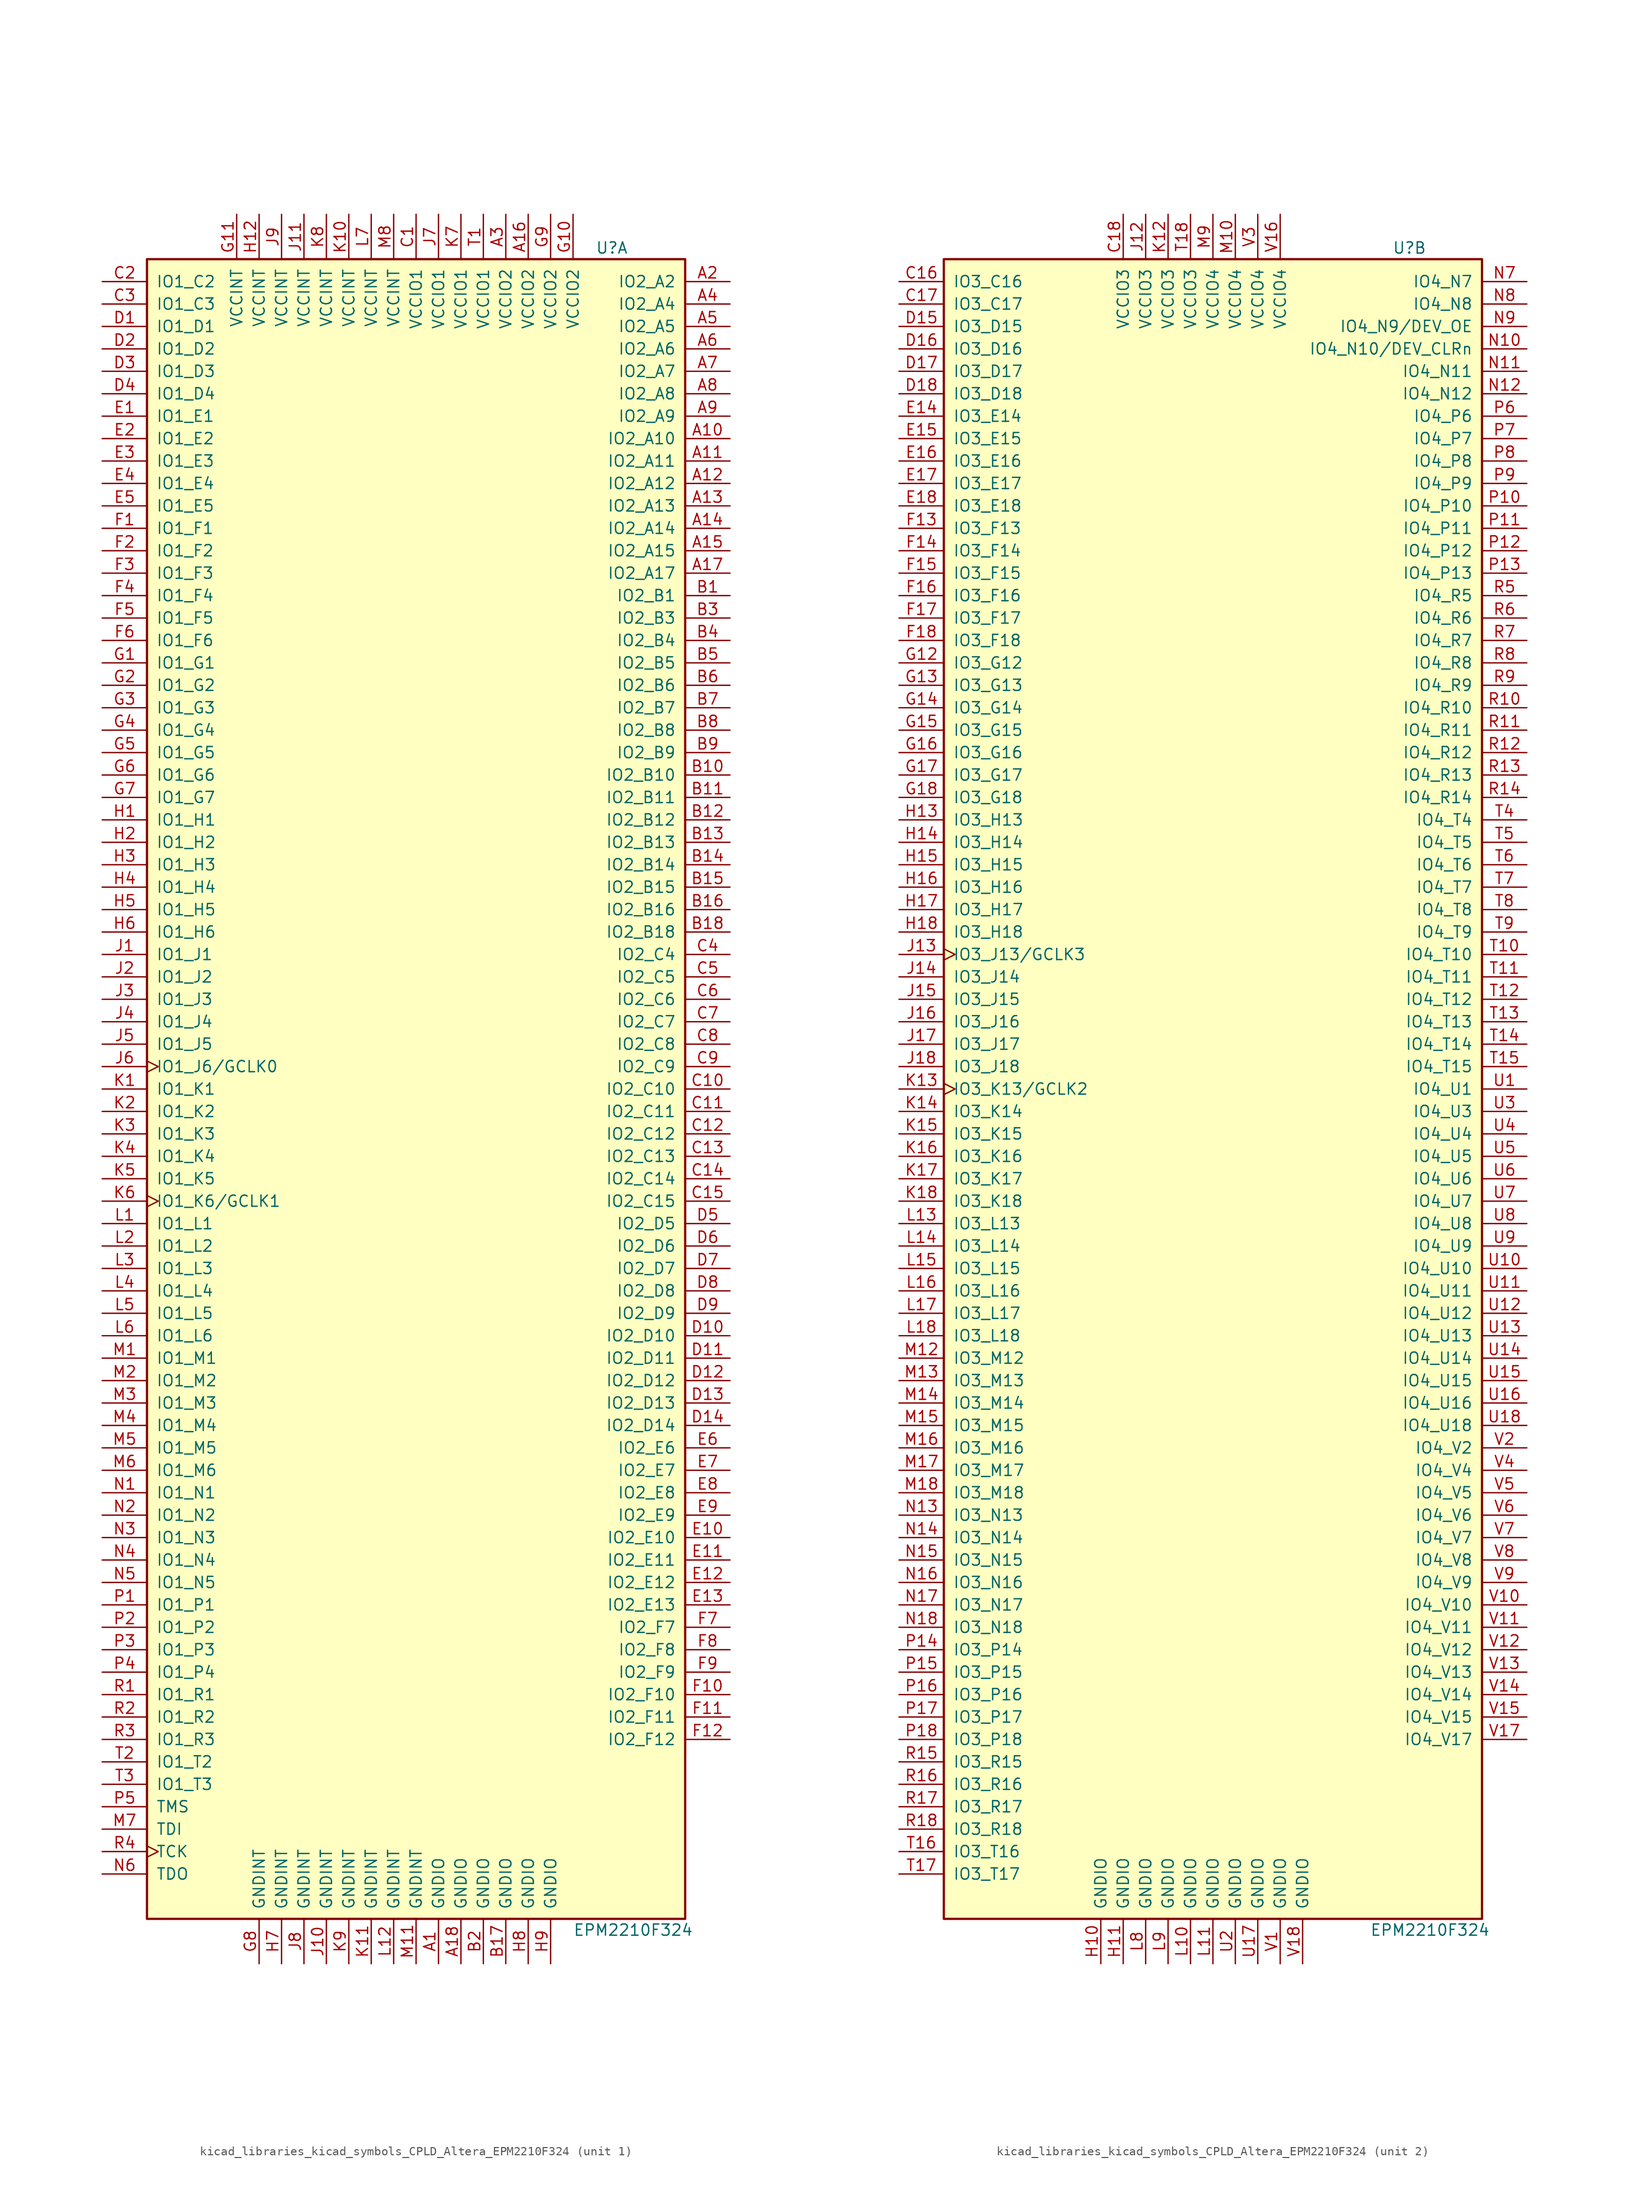
<source format=kicad_sym>
(kicad_symbol_lib
  (version 20220914)
  (generator kicad_symbol_editor)
  (symbol "kicad_libraries_kicad_symbols_CPLD_Altera_EPM2210F324"
    (pin_names
      (offset 1.016))
    (property "Reference" "U"
      (at 20.32 95.25 0)
      (effects (font (size 1.27 1.27)) (justify left)))
    (property "Value" "EPM2210F324"
      (at 17.78 -95.25 0)
      (effects (font (size 1.27 1.27)) (justify left)))
    (property "ki_locked" ""
      (at 0 0 0)
      (effects (font (size 1.27 1.27))))
    (symbol "kicad_libraries_kicad_symbols_CPLD_Altera_EPM2210F324_1_1"
      (rectangle (start -30.48 93.98) (end 30.48 -93.98) (stroke (width 0.254) (type default)) (fill (type background)))
      (pin power_in line (at 2.54 -99.06 90) (length 5.08) (name "GNDIO" (effects (font (size 1.27 1.27)))) (number "A1" (effects (font (size 1.27 1.27)))))
      (pin bidirectional line (at 35.56 73.66 180) (length 5.08) (name "IO2_A10" (effects (font (size 1.27 1.27)))) (number "A10" (effects (font (size 1.27 1.27)))))
      (pin bidirectional line (at 35.56 71.12 180) (length 5.08) (name "IO2_A11" (effects (font (size 1.27 1.27)))) (number "A11" (effects (font (size 1.27 1.27)))))
      (pin bidirectional line (at 35.56 68.58 180) (length 5.08) (name "IO2_A12" (effects (font (size 1.27 1.27)))) (number "A12" (effects (font (size 1.27 1.27)))))
      (pin bidirectional line (at 35.56 66.04 180) (length 5.08) (name "IO2_A13" (effects (font (size 1.27 1.27)))) (number "A13" (effects (font (size 1.27 1.27)))))
      (pin bidirectional line (at 35.56 63.5 180) (length 5.08) (name "IO2_A14" (effects (font (size 1.27 1.27)))) (number "A14" (effects (font (size 1.27 1.27)))))
      (pin bidirectional line (at 35.56 60.96 180) (length 5.08) (name "IO2_A15" (effects (font (size 1.27 1.27)))) (number "A15" (effects (font (size 1.27 1.27)))))
      (pin power_in line (at 12.7 99.06 270) (length 5.08) (name "VCCIO2" (effects (font (size 1.27 1.27)))) (number "A16" (effects (font (size 1.27 1.27)))))
      (pin bidirectional line (at 35.56 58.42 180) (length 5.08) (name "IO2_A17" (effects (font (size 1.27 1.27)))) (number "A17" (effects (font (size 1.27 1.27)))))
      (pin power_in line (at 5.08 -99.06 90) (length 5.08) (name "GNDIO" (effects (font (size 1.27 1.27)))) (number "A18" (effects (font (size 1.27 1.27)))))
      (pin bidirectional line (at 35.56 91.44 180) (length 5.08) (name "IO2_A2" (effects (font (size 1.27 1.27)))) (number "A2" (effects (font (size 1.27 1.27)))))
      (pin power_in line (at 10.16 99.06 270) (length 5.08) (name "VCCIO2" (effects (font (size 1.27 1.27)))) (number "A3" (effects (font (size 1.27 1.27)))))
      (pin bidirectional line (at 35.56 88.9 180) (length 5.08) (name "IO2_A4" (effects (font (size 1.27 1.27)))) (number "A4" (effects (font (size 1.27 1.27)))))
      (pin bidirectional line (at 35.56 86.36 180) (length 5.08) (name "IO2_A5" (effects (font (size 1.27 1.27)))) (number "A5" (effects (font (size 1.27 1.27)))))
      (pin bidirectional line (at 35.56 83.82 180) (length 5.08) (name "IO2_A6" (effects (font (size 1.27 1.27)))) (number "A6" (effects (font (size 1.27 1.27)))))
      (pin bidirectional line (at 35.56 81.28 180) (length 5.08) (name "IO2_A7" (effects (font (size 1.27 1.27)))) (number "A7" (effects (font (size 1.27 1.27)))))
      (pin bidirectional line (at 35.56 78.74 180) (length 5.08) (name "IO2_A8" (effects (font (size 1.27 1.27)))) (number "A8" (effects (font (size 1.27 1.27)))))
      (pin bidirectional line (at 35.56 76.2 180) (length 5.08) (name "IO2_A9" (effects (font (size 1.27 1.27)))) (number "A9" (effects (font (size 1.27 1.27)))))
      (pin bidirectional line (at 35.56 55.88 180) (length 5.08) (name "IO2_B1" (effects (font (size 1.27 1.27)))) (number "B1" (effects (font (size 1.27 1.27)))))
      (pin bidirectional line (at 35.56 35.56 180) (length 5.08) (name "IO2_B10" (effects (font (size 1.27 1.27)))) (number "B10" (effects (font (size 1.27 1.27)))))
      (pin bidirectional line (at 35.56 33.02 180) (length 5.08) (name "IO2_B11" (effects (font (size 1.27 1.27)))) (number "B11" (effects (font (size 1.27 1.27)))))
      (pin bidirectional line (at 35.56 30.48 180) (length 5.08) (name "IO2_B12" (effects (font (size 1.27 1.27)))) (number "B12" (effects (font (size 1.27 1.27)))))
      (pin bidirectional line (at 35.56 27.94 180) (length 5.08) (name "IO2_B13" (effects (font (size 1.27 1.27)))) (number "B13" (effects (font (size 1.27 1.27)))))
      (pin bidirectional line (at 35.56 25.4 180) (length 5.08) (name "IO2_B14" (effects (font (size 1.27 1.27)))) (number "B14" (effects (font (size 1.27 1.27)))))
      (pin bidirectional line (at 35.56 22.86 180) (length 5.08) (name "IO2_B15" (effects (font (size 1.27 1.27)))) (number "B15" (effects (font (size 1.27 1.27)))))
      (pin bidirectional line (at 35.56 20.32 180) (length 5.08) (name "IO2_B16" (effects (font (size 1.27 1.27)))) (number "B16" (effects (font (size 1.27 1.27)))))
      (pin power_in line (at 10.16 -99.06 90) (length 5.08) (name "GNDIO" (effects (font (size 1.27 1.27)))) (number "B17" (effects (font (size 1.27 1.27)))))
      (pin bidirectional line (at 35.56 17.78 180) (length 5.08) (name "IO2_B18" (effects (font (size 1.27 1.27)))) (number "B18" (effects (font (size 1.27 1.27)))))
      (pin power_in line (at 7.62 -99.06 90) (length 5.08) (name "GNDIO" (effects (font (size 1.27 1.27)))) (number "B2" (effects (font (size 1.27 1.27)))))
      (pin bidirectional line (at 35.56 53.34 180) (length 5.08) (name "IO2_B3" (effects (font (size 1.27 1.27)))) (number "B3" (effects (font (size 1.27 1.27)))))
      (pin bidirectional line (at 35.56 50.8 180) (length 5.08) (name "IO2_B4" (effects (font (size 1.27 1.27)))) (number "B4" (effects (font (size 1.27 1.27)))))
      (pin bidirectional line (at 35.56 48.26 180) (length 5.08) (name "IO2_B5" (effects (font (size 1.27 1.27)))) (number "B5" (effects (font (size 1.27 1.27)))))
      (pin bidirectional line (at 35.56 45.72 180) (length 5.08) (name "IO2_B6" (effects (font (size 1.27 1.27)))) (number "B6" (effects (font (size 1.27 1.27)))))
      (pin bidirectional line (at 35.56 43.18 180) (length 5.08) (name "IO2_B7" (effects (font (size 1.27 1.27)))) (number "B7" (effects (font (size 1.27 1.27)))))
      (pin bidirectional line (at 35.56 40.64 180) (length 5.08) (name "IO2_B8" (effects (font (size 1.27 1.27)))) (number "B8" (effects (font (size 1.27 1.27)))))
      (pin bidirectional line (at 35.56 38.1 180) (length 5.08) (name "IO2_B9" (effects (font (size 1.27 1.27)))) (number "B9" (effects (font (size 1.27 1.27)))))
      (pin power_in line (at 0 99.06 270) (length 5.08) (name "VCCIO1" (effects (font (size 1.27 1.27)))) (number "C1" (effects (font (size 1.27 1.27)))))
      (pin bidirectional line (at 35.56 0 180) (length 5.08) (name "IO2_C10" (effects (font (size 1.27 1.27)))) (number "C10" (effects (font (size 1.27 1.27)))))
      (pin bidirectional line (at 35.56 -2.54 180) (length 5.08) (name "IO2_C11" (effects (font (size 1.27 1.27)))) (number "C11" (effects (font (size 1.27 1.27)))))
      (pin bidirectional line (at 35.56 -5.08 180) (length 5.08) (name "IO2_C12" (effects (font (size 1.27 1.27)))) (number "C12" (effects (font (size 1.27 1.27)))))
      (pin bidirectional line (at 35.56 -7.62 180) (length 5.08) (name "IO2_C13" (effects (font (size 1.27 1.27)))) (number "C13" (effects (font (size 1.27 1.27)))))
      (pin bidirectional line (at 35.56 -10.16 180) (length 5.08) (name "IO2_C14" (effects (font (size 1.27 1.27)))) (number "C14" (effects (font (size 1.27 1.27)))))
      (pin bidirectional line (at 35.56 -12.7 180) (length 5.08) (name "IO2_C15" (effects (font (size 1.27 1.27)))) (number "C15" (effects (font (size 1.27 1.27)))))
      (pin bidirectional line (at -35.56 91.44 0) (length 5.08) (name "IO1_C2" (effects (font (size 1.27 1.27)))) (number "C2" (effects (font (size 1.27 1.27)))))
      (pin bidirectional line (at -35.56 88.9 0) (length 5.08) (name "IO1_C3" (effects (font (size 1.27 1.27)))) (number "C3" (effects (font (size 1.27 1.27)))))
      (pin bidirectional line (at 35.56 15.24 180) (length 5.08) (name "IO2_C4" (effects (font (size 1.27 1.27)))) (number "C4" (effects (font (size 1.27 1.27)))))
      (pin bidirectional line (at 35.56 12.7 180) (length 5.08) (name "IO2_C5" (effects (font (size 1.27 1.27)))) (number "C5" (effects (font (size 1.27 1.27)))))
      (pin bidirectional line (at 35.56 10.16 180) (length 5.08) (name "IO2_C6" (effects (font (size 1.27 1.27)))) (number "C6" (effects (font (size 1.27 1.27)))))
      (pin bidirectional line (at 35.56 7.62 180) (length 5.08) (name "IO2_C7" (effects (font (size 1.27 1.27)))) (number "C7" (effects (font (size 1.27 1.27)))))
      (pin bidirectional line (at 35.56 5.08 180) (length 5.08) (name "IO2_C8" (effects (font (size 1.27 1.27)))) (number "C8" (effects (font (size 1.27 1.27)))))
      (pin bidirectional line (at 35.56 2.54 180) (length 5.08) (name "IO2_C9" (effects (font (size 1.27 1.27)))) (number "C9" (effects (font (size 1.27 1.27)))))
      (pin bidirectional line (at -35.56 86.36 0) (length 5.08) (name "IO1_D1" (effects (font (size 1.27 1.27)))) (number "D1" (effects (font (size 1.27 1.27)))))
      (pin bidirectional line (at 35.56 -27.94 180) (length 5.08) (name "IO2_D10" (effects (font (size 1.27 1.27)))) (number "D10" (effects (font (size 1.27 1.27)))))
      (pin bidirectional line (at 35.56 -30.48 180) (length 5.08) (name "IO2_D11" (effects (font (size 1.27 1.27)))) (number "D11" (effects (font (size 1.27 1.27)))))
      (pin bidirectional line (at 35.56 -33.02 180) (length 5.08) (name "IO2_D12" (effects (font (size 1.27 1.27)))) (number "D12" (effects (font (size 1.27 1.27)))))
      (pin bidirectional line (at 35.56 -35.56 180) (length 5.08) (name "IO2_D13" (effects (font (size 1.27 1.27)))) (number "D13" (effects (font (size 1.27 1.27)))))
      (pin bidirectional line (at 35.56 -38.1 180) (length 5.08) (name "IO2_D14" (effects (font (size 1.27 1.27)))) (number "D14" (effects (font (size 1.27 1.27)))))
      (pin bidirectional line (at -35.56 83.82 0) (length 5.08) (name "IO1_D2" (effects (font (size 1.27 1.27)))) (number "D2" (effects (font (size 1.27 1.27)))))
      (pin bidirectional line (at -35.56 81.28 0) (length 5.08) (name "IO1_D3" (effects (font (size 1.27 1.27)))) (number "D3" (effects (font (size 1.27 1.27)))))
      (pin bidirectional line (at -35.56 78.74 0) (length 5.08) (name "IO1_D4" (effects (font (size 1.27 1.27)))) (number "D4" (effects (font (size 1.27 1.27)))))
      (pin bidirectional line (at 35.56 -15.24 180) (length 5.08) (name "IO2_D5" (effects (font (size 1.27 1.27)))) (number "D5" (effects (font (size 1.27 1.27)))))
      (pin bidirectional line (at 35.56 -17.78 180) (length 5.08) (name "IO2_D6" (effects (font (size 1.27 1.27)))) (number "D6" (effects (font (size 1.27 1.27)))))
      (pin bidirectional line (at 35.56 -20.32 180) (length 5.08) (name "IO2_D7" (effects (font (size 1.27 1.27)))) (number "D7" (effects (font (size 1.27 1.27)))))
      (pin bidirectional line (at 35.56 -22.86 180) (length 5.08) (name "IO2_D8" (effects (font (size 1.27 1.27)))) (number "D8" (effects (font (size 1.27 1.27)))))
      (pin bidirectional line (at 35.56 -25.4 180) (length 5.08) (name "IO2_D9" (effects (font (size 1.27 1.27)))) (number "D9" (effects (font (size 1.27 1.27)))))
      (pin bidirectional line (at -35.56 76.2 0) (length 5.08) (name "IO1_E1" (effects (font (size 1.27 1.27)))) (number "E1" (effects (font (size 1.27 1.27)))))
      (pin bidirectional line (at 35.56 -50.8 180) (length 5.08) (name "IO2_E10" (effects (font (size 1.27 1.27)))) (number "E10" (effects (font (size 1.27 1.27)))))
      (pin bidirectional line (at 35.56 -53.34 180) (length 5.08) (name "IO2_E11" (effects (font (size 1.27 1.27)))) (number "E11" (effects (font (size 1.27 1.27)))))
      (pin bidirectional line (at 35.56 -55.88 180) (length 5.08) (name "IO2_E12" (effects (font (size 1.27 1.27)))) (number "E12" (effects (font (size 1.27 1.27)))))
      (pin bidirectional line (at 35.56 -58.42 180) (length 5.08) (name "IO2_E13" (effects (font (size 1.27 1.27)))) (number "E13" (effects (font (size 1.27 1.27)))))
      (pin bidirectional line (at -35.56 73.66 0) (length 5.08) (name "IO1_E2" (effects (font (size 1.27 1.27)))) (number "E2" (effects (font (size 1.27 1.27)))))
      (pin bidirectional line (at -35.56 71.12 0) (length 5.08) (name "IO1_E3" (effects (font (size 1.27 1.27)))) (number "E3" (effects (font (size 1.27 1.27)))))
      (pin bidirectional line (at -35.56 68.58 0) (length 5.08) (name "IO1_E4" (effects (font (size 1.27 1.27)))) (number "E4" (effects (font (size 1.27 1.27)))))
      (pin bidirectional line (at -35.56 66.04 0) (length 5.08) (name "IO1_E5" (effects (font (size 1.27 1.27)))) (number "E5" (effects (font (size 1.27 1.27)))))
      (pin bidirectional line (at 35.56 -40.64 180) (length 5.08) (name "IO2_E6" (effects (font (size 1.27 1.27)))) (number "E6" (effects (font (size 1.27 1.27)))))
      (pin bidirectional line (at 35.56 -43.18 180) (length 5.08) (name "IO2_E7" (effects (font (size 1.27 1.27)))) (number "E7" (effects (font (size 1.27 1.27)))))
      (pin bidirectional line (at 35.56 -45.72 180) (length 5.08) (name "IO2_E8" (effects (font (size 1.27 1.27)))) (number "E8" (effects (font (size 1.27 1.27)))))
      (pin bidirectional line (at 35.56 -48.26 180) (length 5.08) (name "IO2_E9" (effects (font (size 1.27 1.27)))) (number "E9" (effects (font (size 1.27 1.27)))))
      (pin bidirectional line (at -35.56 63.5 0) (length 5.08) (name "IO1_F1" (effects (font (size 1.27 1.27)))) (number "F1" (effects (font (size 1.27 1.27)))))
      (pin bidirectional line (at 35.56 -68.58 180) (length 5.08) (name "IO2_F10" (effects (font (size 1.27 1.27)))) (number "F10" (effects (font (size 1.27 1.27)))))
      (pin bidirectional line (at 35.56 -71.12 180) (length 5.08) (name "IO2_F11" (effects (font (size 1.27 1.27)))) (number "F11" (effects (font (size 1.27 1.27)))))
      (pin bidirectional line (at 35.56 -73.66 180) (length 5.08) (name "IO2_F12" (effects (font (size 1.27 1.27)))) (number "F12" (effects (font (size 1.27 1.27)))))
      (pin bidirectional line (at -35.56 60.96 0) (length 5.08) (name "IO1_F2" (effects (font (size 1.27 1.27)))) (number "F2" (effects (font (size 1.27 1.27)))))
      (pin bidirectional line (at -35.56 58.42 0) (length 5.08) (name "IO1_F3" (effects (font (size 1.27 1.27)))) (number "F3" (effects (font (size 1.27 1.27)))))
      (pin bidirectional line (at -35.56 55.88 0) (length 5.08) (name "IO1_F4" (effects (font (size 1.27 1.27)))) (number "F4" (effects (font (size 1.27 1.27)))))
      (pin bidirectional line (at -35.56 53.34 0) (length 5.08) (name "IO1_F5" (effects (font (size 1.27 1.27)))) (number "F5" (effects (font (size 1.27 1.27)))))
      (pin bidirectional line (at -35.56 50.8 0) (length 5.08) (name "IO1_F6" (effects (font (size 1.27 1.27)))) (number "F6" (effects (font (size 1.27 1.27)))))
      (pin bidirectional line (at 35.56 -60.96 180) (length 5.08) (name "IO2_F7" (effects (font (size 1.27 1.27)))) (number "F7" (effects (font (size 1.27 1.27)))))
      (pin bidirectional line (at 35.56 -63.5 180) (length 5.08) (name "IO2_F8" (effects (font (size 1.27 1.27)))) (number "F8" (effects (font (size 1.27 1.27)))))
      (pin bidirectional line (at 35.56 -66.04 180) (length 5.08) (name "IO2_F9" (effects (font (size 1.27 1.27)))) (number "F9" (effects (font (size 1.27 1.27)))))
      (pin bidirectional line (at -35.56 48.26 0) (length 5.08) (name "IO1_G1" (effects (font (size 1.27 1.27)))) (number "G1" (effects (font (size 1.27 1.27)))))
      (pin power_in line (at 17.78 99.06 270) (length 5.08) (name "VCCIO2" (effects (font (size 1.27 1.27)))) (number "G10" (effects (font (size 1.27 1.27)))))
      (pin power_in line (at -20.32 99.06 270) (length 5.08) (name "VCCINT" (effects (font (size 1.27 1.27)))) (number "G11" (effects (font (size 1.27 1.27)))))
      (pin bidirectional line (at -35.56 45.72 0) (length 5.08) (name "IO1_G2" (effects (font (size 1.27 1.27)))) (number "G2" (effects (font (size 1.27 1.27)))))
      (pin bidirectional line (at -35.56 43.18 0) (length 5.08) (name "IO1_G3" (effects (font (size 1.27 1.27)))) (number "G3" (effects (font (size 1.27 1.27)))))
      (pin bidirectional line (at -35.56 40.64 0) (length 5.08) (name "IO1_G4" (effects (font (size 1.27 1.27)))) (number "G4" (effects (font (size 1.27 1.27)))))
      (pin bidirectional line (at -35.56 38.1 0) (length 5.08) (name "IO1_G5" (effects (font (size 1.27 1.27)))) (number "G5" (effects (font (size 1.27 1.27)))))
      (pin bidirectional line (at -35.56 35.56 0) (length 5.08) (name "IO1_G6" (effects (font (size 1.27 1.27)))) (number "G6" (effects (font (size 1.27 1.27)))))
      (pin bidirectional line (at -35.56 33.02 0) (length 5.08) (name "IO1_G7" (effects (font (size 1.27 1.27)))) (number "G7" (effects (font (size 1.27 1.27)))))
      (pin power_in line (at -17.78 -99.06 90) (length 5.08) (name "GNDINT" (effects (font (size 1.27 1.27)))) (number "G8" (effects (font (size 1.27 1.27)))))
      (pin power_in line (at 15.24 99.06 270) (length 5.08) (name "VCCIO2" (effects (font (size 1.27 1.27)))) (number "G9" (effects (font (size 1.27 1.27)))))
      (pin bidirectional line (at -35.56 30.48 0) (length 5.08) (name "IO1_H1" (effects (font (size 1.27 1.27)))) (number "H1" (effects (font (size 1.27 1.27)))))
      (pin power_in line (at -17.78 99.06 270) (length 5.08) (name "VCCINT" (effects (font (size 1.27 1.27)))) (number "H12" (effects (font (size 1.27 1.27)))))
      (pin bidirectional line (at -35.56 27.94 0) (length 5.08) (name "IO1_H2" (effects (font (size 1.27 1.27)))) (number "H2" (effects (font (size 1.27 1.27)))))
      (pin bidirectional line (at -35.56 25.4 0) (length 5.08) (name "IO1_H3" (effects (font (size 1.27 1.27)))) (number "H3" (effects (font (size 1.27 1.27)))))
      (pin bidirectional line (at -35.56 22.86 0) (length 5.08) (name "IO1_H4" (effects (font (size 1.27 1.27)))) (number "H4" (effects (font (size 1.27 1.27)))))
      (pin bidirectional line (at -35.56 20.32 0) (length 5.08) (name "IO1_H5" (effects (font (size 1.27 1.27)))) (number "H5" (effects (font (size 1.27 1.27)))))
      (pin bidirectional line (at -35.56 17.78 0) (length 5.08) (name "IO1_H6" (effects (font (size 1.27 1.27)))) (number "H6" (effects (font (size 1.27 1.27)))))
      (pin power_in line (at -15.24 -99.06 90) (length 5.08) (name "GNDINT" (effects (font (size 1.27 1.27)))) (number "H7" (effects (font (size 1.27 1.27)))))
      (pin power_in line (at 12.7 -99.06 90) (length 5.08) (name "GNDIO" (effects (font (size 1.27 1.27)))) (number "H8" (effects (font (size 1.27 1.27)))))
      (pin power_in line (at 15.24 -99.06 90) (length 5.08) (name "GNDIO" (effects (font (size 1.27 1.27)))) (number "H9" (effects (font (size 1.27 1.27)))))
      (pin bidirectional line (at -35.56 15.24 0) (length 5.08) (name "IO1_J1" (effects (font (size 1.27 1.27)))) (number "J1" (effects (font (size 1.27 1.27)))))
      (pin power_in line (at -10.16 -99.06 90) (length 5.08) (name "GNDINT" (effects (font (size 1.27 1.27)))) (number "J10" (effects (font (size 1.27 1.27)))))
      (pin power_in line (at -12.7 99.06 270) (length 5.08) (name "VCCINT" (effects (font (size 1.27 1.27)))) (number "J11" (effects (font (size 1.27 1.27)))))
      (pin bidirectional line (at -35.56 12.7 0) (length 5.08) (name "IO1_J2" (effects (font (size 1.27 1.27)))) (number "J2" (effects (font (size 1.27 1.27)))))
      (pin bidirectional line (at -35.56 10.16 0) (length 5.08) (name "IO1_J3" (effects (font (size 1.27 1.27)))) (number "J3" (effects (font (size 1.27 1.27)))))
      (pin bidirectional line (at -35.56 7.62 0) (length 5.08) (name "IO1_J4" (effects (font (size 1.27 1.27)))) (number "J4" (effects (font (size 1.27 1.27)))))
      (pin bidirectional line (at -35.56 5.08 0) (length 5.08) (name "IO1_J5" (effects (font (size 1.27 1.27)))) (number "J5" (effects (font (size 1.27 1.27)))))
      (pin bidirectional clock (at -35.56 2.54 0) (length 5.08) (name "IO1_J6/GCLK0" (effects (font (size 1.27 1.27)))) (number "J6" (effects (font (size 1.27 1.27)))))
      (pin power_in line (at 2.54 99.06 270) (length 5.08) (name "VCCIO1" (effects (font (size 1.27 1.27)))) (number "J7" (effects (font (size 1.27 1.27)))))
      (pin power_in line (at -12.7 -99.06 90) (length 5.08) (name "GNDINT" (effects (font (size 1.27 1.27)))) (number "J8" (effects (font (size 1.27 1.27)))))
      (pin power_in line (at -15.24 99.06 270) (length 5.08) (name "VCCINT" (effects (font (size 1.27 1.27)))) (number "J9" (effects (font (size 1.27 1.27)))))
      (pin bidirectional line (at -35.56 0 0) (length 5.08) (name "IO1_K1" (effects (font (size 1.27 1.27)))) (number "K1" (effects (font (size 1.27 1.27)))))
      (pin power_in line (at -7.62 99.06 270) (length 5.08) (name "VCCINT" (effects (font (size 1.27 1.27)))) (number "K10" (effects (font (size 1.27 1.27)))))
      (pin power_in line (at -5.08 -99.06 90) (length 5.08) (name "GNDINT" (effects (font (size 1.27 1.27)))) (number "K11" (effects (font (size 1.27 1.27)))))
      (pin bidirectional line (at -35.56 -2.54 0) (length 5.08) (name "IO1_K2" (effects (font (size 1.27 1.27)))) (number "K2" (effects (font (size 1.27 1.27)))))
      (pin bidirectional line (at -35.56 -5.08 0) (length 5.08) (name "IO1_K3" (effects (font (size 1.27 1.27)))) (number "K3" (effects (font (size 1.27 1.27)))))
      (pin bidirectional line (at -35.56 -7.62 0) (length 5.08) (name "IO1_K4" (effects (font (size 1.27 1.27)))) (number "K4" (effects (font (size 1.27 1.27)))))
      (pin bidirectional line (at -35.56 -10.16 0) (length 5.08) (name "IO1_K5" (effects (font (size 1.27 1.27)))) (number "K5" (effects (font (size 1.27 1.27)))))
      (pin bidirectional clock (at -35.56 -12.7 0) (length 5.08) (name "IO1_K6/GCLK1" (effects (font (size 1.27 1.27)))) (number "K6" (effects (font (size 1.27 1.27)))))
      (pin power_in line (at 5.08 99.06 270) (length 5.08) (name "VCCIO1" (effects (font (size 1.27 1.27)))) (number "K7" (effects (font (size 1.27 1.27)))))
      (pin power_in line (at -10.16 99.06 270) (length 5.08) (name "VCCINT" (effects (font (size 1.27 1.27)))) (number "K8" (effects (font (size 1.27 1.27)))))
      (pin power_in line (at -7.62 -99.06 90) (length 5.08) (name "GNDINT" (effects (font (size 1.27 1.27)))) (number "K9" (effects (font (size 1.27 1.27)))))
      (pin bidirectional line (at -35.56 -15.24 0) (length 5.08) (name "IO1_L1" (effects (font (size 1.27 1.27)))) (number "L1" (effects (font (size 1.27 1.27)))))
      (pin power_in line (at -2.54 -99.06 90) (length 5.08) (name "GNDINT" (effects (font (size 1.27 1.27)))) (number "L12" (effects (font (size 1.27 1.27)))))
      (pin bidirectional line (at -35.56 -17.78 0) (length 5.08) (name "IO1_L2" (effects (font (size 1.27 1.27)))) (number "L2" (effects (font (size 1.27 1.27)))))
      (pin bidirectional line (at -35.56 -20.32 0) (length 5.08) (name "IO1_L3" (effects (font (size 1.27 1.27)))) (number "L3" (effects (font (size 1.27 1.27)))))
      (pin bidirectional line (at -35.56 -22.86 0) (length 5.08) (name "IO1_L4" (effects (font (size 1.27 1.27)))) (number "L4" (effects (font (size 1.27 1.27)))))
      (pin bidirectional line (at -35.56 -25.4 0) (length 5.08) (name "IO1_L5" (effects (font (size 1.27 1.27)))) (number "L5" (effects (font (size 1.27 1.27)))))
      (pin bidirectional line (at -35.56 -27.94 0) (length 5.08) (name "IO1_L6" (effects (font (size 1.27 1.27)))) (number "L6" (effects (font (size 1.27 1.27)))))
      (pin power_in line (at -5.08 99.06 270) (length 5.08) (name "VCCINT" (effects (font (size 1.27 1.27)))) (number "L7" (effects (font (size 1.27 1.27)))))
      (pin bidirectional line (at -35.56 -30.48 0) (length 5.08) (name "IO1_M1" (effects (font (size 1.27 1.27)))) (number "M1" (effects (font (size 1.27 1.27)))))
      (pin power_in line (at 0 -99.06 90) (length 5.08) (name "GNDINT" (effects (font (size 1.27 1.27)))) (number "M11" (effects (font (size 1.27 1.27)))))
      (pin bidirectional line (at -35.56 -33.02 0) (length 5.08) (name "IO1_M2" (effects (font (size 1.27 1.27)))) (number "M2" (effects (font (size 1.27 1.27)))))
      (pin bidirectional line (at -35.56 -35.56 0) (length 5.08) (name "IO1_M3" (effects (font (size 1.27 1.27)))) (number "M3" (effects (font (size 1.27 1.27)))))
      (pin bidirectional line (at -35.56 -38.1 0) (length 5.08) (name "IO1_M4" (effects (font (size 1.27 1.27)))) (number "M4" (effects (font (size 1.27 1.27)))))
      (pin bidirectional line (at -35.56 -40.64 0) (length 5.08) (name "IO1_M5" (effects (font (size 1.27 1.27)))) (number "M5" (effects (font (size 1.27 1.27)))))
      (pin bidirectional line (at -35.56 -43.18 0) (length 5.08) (name "IO1_M6" (effects (font (size 1.27 1.27)))) (number "M6" (effects (font (size 1.27 1.27)))))
      (pin input line (at -35.56 -83.82 0) (length 5.08) (name "TDI" (effects (font (size 1.27 1.27)))) (number "M7" (effects (font (size 1.27 1.27)))))
      (pin power_in line (at -2.54 99.06 270) (length 5.08) (name "VCCINT" (effects (font (size 1.27 1.27)))) (number "M8" (effects (font (size 1.27 1.27)))))
      (pin bidirectional line (at -35.56 -45.72 0) (length 5.08) (name "IO1_N1" (effects (font (size 1.27 1.27)))) (number "N1" (effects (font (size 1.27 1.27)))))
      (pin bidirectional line (at -35.56 -48.26 0) (length 5.08) (name "IO1_N2" (effects (font (size 1.27 1.27)))) (number "N2" (effects (font (size 1.27 1.27)))))
      (pin bidirectional line (at -35.56 -50.8 0) (length 5.08) (name "IO1_N3" (effects (font (size 1.27 1.27)))) (number "N3" (effects (font (size 1.27 1.27)))))
      (pin bidirectional line (at -35.56 -53.34 0) (length 5.08) (name "IO1_N4" (effects (font (size 1.27 1.27)))) (number "N4" (effects (font (size 1.27 1.27)))))
      (pin bidirectional line (at -35.56 -55.88 0) (length 5.08) (name "IO1_N5" (effects (font (size 1.27 1.27)))) (number "N5" (effects (font (size 1.27 1.27)))))
      (pin output line (at -35.56 -88.9 0) (length 5.08) (name "TDO" (effects (font (size 1.27 1.27)))) (number "N6" (effects (font (size 1.27 1.27)))))
      (pin bidirectional line (at -35.56 -58.42 0) (length 5.08) (name "IO1_P1" (effects (font (size 1.27 1.27)))) (number "P1" (effects (font (size 1.27 1.27)))))
      (pin bidirectional line (at -35.56 -60.96 0) (length 5.08) (name "IO1_P2" (effects (font (size 1.27 1.27)))) (number "P2" (effects (font (size 1.27 1.27)))))
      (pin bidirectional line (at -35.56 -63.5 0) (length 5.08) (name "IO1_P3" (effects (font (size 1.27 1.27)))) (number "P3" (effects (font (size 1.27 1.27)))))
      (pin bidirectional line (at -35.56 -66.04 0) (length 5.08) (name "IO1_P4" (effects (font (size 1.27 1.27)))) (number "P4" (effects (font (size 1.27 1.27)))))
      (pin input line (at -35.56 -81.28 0) (length 5.08) (name "TMS" (effects (font (size 1.27 1.27)))) (number "P5" (effects (font (size 1.27 1.27)))))
      (pin bidirectional line (at -35.56 -68.58 0) (length 5.08) (name "IO1_R1" (effects (font (size 1.27 1.27)))) (number "R1" (effects (font (size 1.27 1.27)))))
      (pin bidirectional line (at -35.56 -71.12 0) (length 5.08) (name "IO1_R2" (effects (font (size 1.27 1.27)))) (number "R2" (effects (font (size 1.27 1.27)))))
      (pin bidirectional line (at -35.56 -73.66 0) (length 5.08) (name "IO1_R3" (effects (font (size 1.27 1.27)))) (number "R3" (effects (font (size 1.27 1.27)))))
      (pin input clock (at -35.56 -86.36 0) (length 5.08) (name "TCK" (effects (font (size 1.27 1.27)))) (number "R4" (effects (font (size 1.27 1.27)))))
      (pin power_in line (at 7.62 99.06 270) (length 5.08) (name "VCCIO1" (effects (font (size 1.27 1.27)))) (number "T1" (effects (font (size 1.27 1.27)))))
      (pin bidirectional line (at -35.56 -76.2 0) (length 5.08) (name "IO1_T2" (effects (font (size 1.27 1.27)))) (number "T2" (effects (font (size 1.27 1.27)))))
      (pin bidirectional line (at -35.56 -78.74 0) (length 5.08) (name "IO1_T3" (effects (font (size 1.27 1.27)))) (number "T3" (effects (font (size 1.27 1.27))))))
    (symbol "kicad_libraries_kicad_symbols_CPLD_Altera_EPM2210F324_2_1"
      (rectangle (start -30.48 93.98) (end 30.48 -93.98) (stroke (width 0.254) (type default)) (fill (type background)))
      (pin bidirectional line (at -35.56 91.44 0) (length 5.08) (name "IO3_C16" (effects (font (size 1.27 1.27)))) (number "C16" (effects (font (size 1.27 1.27)))))
      (pin bidirectional line (at -35.56 88.9 0) (length 5.08) (name "IO3_C17" (effects (font (size 1.27 1.27)))) (number "C17" (effects (font (size 1.27 1.27)))))
      (pin power_in line (at -10.16 99.06 270) (length 5.08) (name "VCCIO3" (effects (font (size 1.27 1.27)))) (number "C18" (effects (font (size 1.27 1.27)))))
      (pin bidirectional line (at -35.56 86.36 0) (length 5.08) (name "IO3_D15" (effects (font (size 1.27 1.27)))) (number "D15" (effects (font (size 1.27 1.27)))))
      (pin bidirectional line (at -35.56 83.82 0) (length 5.08) (name "IO3_D16" (effects (font (size 1.27 1.27)))) (number "D16" (effects (font (size 1.27 1.27)))))
      (pin bidirectional line (at -35.56 81.28 0) (length 5.08) (name "IO3_D17" (effects (font (size 1.27 1.27)))) (number "D17" (effects (font (size 1.27 1.27)))))
      (pin bidirectional line (at -35.56 78.74 0) (length 5.08) (name "IO3_D18" (effects (font (size 1.27 1.27)))) (number "D18" (effects (font (size 1.27 1.27)))))
      (pin bidirectional line (at -35.56 76.2 0) (length 5.08) (name "IO3_E14" (effects (font (size 1.27 1.27)))) (number "E14" (effects (font (size 1.27 1.27)))))
      (pin bidirectional line (at -35.56 73.66 0) (length 5.08) (name "IO3_E15" (effects (font (size 1.27 1.27)))) (number "E15" (effects (font (size 1.27 1.27)))))
      (pin bidirectional line (at -35.56 71.12 0) (length 5.08) (name "IO3_E16" (effects (font (size 1.27 1.27)))) (number "E16" (effects (font (size 1.27 1.27)))))
      (pin bidirectional line (at -35.56 68.58 0) (length 5.08) (name "IO3_E17" (effects (font (size 1.27 1.27)))) (number "E17" (effects (font (size 1.27 1.27)))))
      (pin bidirectional line (at -35.56 66.04 0) (length 5.08) (name "IO3_E18" (effects (font (size 1.27 1.27)))) (number "E18" (effects (font (size 1.27 1.27)))))
      (pin bidirectional line (at -35.56 63.5 0) (length 5.08) (name "IO3_F13" (effects (font (size 1.27 1.27)))) (number "F13" (effects (font (size 1.27 1.27)))))
      (pin bidirectional line (at -35.56 60.96 0) (length 5.08) (name "IO3_F14" (effects (font (size 1.27 1.27)))) (number "F14" (effects (font (size 1.27 1.27)))))
      (pin bidirectional line (at -35.56 58.42 0) (length 5.08) (name "IO3_F15" (effects (font (size 1.27 1.27)))) (number "F15" (effects (font (size 1.27 1.27)))))
      (pin bidirectional line (at -35.56 55.88 0) (length 5.08) (name "IO3_F16" (effects (font (size 1.27 1.27)))) (number "F16" (effects (font (size 1.27 1.27)))))
      (pin bidirectional line (at -35.56 53.34 0) (length 5.08) (name "IO3_F17" (effects (font (size 1.27 1.27)))) (number "F17" (effects (font (size 1.27 1.27)))))
      (pin bidirectional line (at -35.56 50.8 0) (length 5.08) (name "IO3_F18" (effects (font (size 1.27 1.27)))) (number "F18" (effects (font (size 1.27 1.27)))))
      (pin bidirectional line (at -35.56 48.26 0) (length 5.08) (name "IO3_G12" (effects (font (size 1.27 1.27)))) (number "G12" (effects (font (size 1.27 1.27)))))
      (pin bidirectional line (at -35.56 45.72 0) (length 5.08) (name "IO3_G13" (effects (font (size 1.27 1.27)))) (number "G13" (effects (font (size 1.27 1.27)))))
      (pin bidirectional line (at -35.56 43.18 0) (length 5.08) (name "IO3_G14" (effects (font (size 1.27 1.27)))) (number "G14" (effects (font (size 1.27 1.27)))))
      (pin bidirectional line (at -35.56 40.64 0) (length 5.08) (name "IO3_G15" (effects (font (size 1.27 1.27)))) (number "G15" (effects (font (size 1.27 1.27)))))
      (pin bidirectional line (at -35.56 38.1 0) (length 5.08) (name "IO3_G16" (effects (font (size 1.27 1.27)))) (number "G16" (effects (font (size 1.27 1.27)))))
      (pin bidirectional line (at -35.56 35.56 0) (length 5.08) (name "IO3_G17" (effects (font (size 1.27 1.27)))) (number "G17" (effects (font (size 1.27 1.27)))))
      (pin bidirectional line (at -35.56 33.02 0) (length 5.08) (name "IO3_G18" (effects (font (size 1.27 1.27)))) (number "G18" (effects (font (size 1.27 1.27)))))
      (pin power_in line (at -12.7 -99.06 90) (length 5.08) (name "GNDIO" (effects (font (size 1.27 1.27)))) (number "H10" (effects (font (size 1.27 1.27)))))
      (pin power_in line (at -10.16 -99.06 90) (length 5.08) (name "GNDIO" (effects (font (size 1.27 1.27)))) (number "H11" (effects (font (size 1.27 1.27)))))
      (pin bidirectional line (at -35.56 30.48 0) (length 5.08) (name "IO3_H13" (effects (font (size 1.27 1.27)))) (number "H13" (effects (font (size 1.27 1.27)))))
      (pin bidirectional line (at -35.56 27.94 0) (length 5.08) (name "IO3_H14" (effects (font (size 1.27 1.27)))) (number "H14" (effects (font (size 1.27 1.27)))))
      (pin bidirectional line (at -35.56 25.4 0) (length 5.08) (name "IO3_H15" (effects (font (size 1.27 1.27)))) (number "H15" (effects (font (size 1.27 1.27)))))
      (pin bidirectional line (at -35.56 22.86 0) (length 5.08) (name "IO3_H16" (effects (font (size 1.27 1.27)))) (number "H16" (effects (font (size 1.27 1.27)))))
      (pin bidirectional line (at -35.56 20.32 0) (length 5.08) (name "IO3_H17" (effects (font (size 1.27 1.27)))) (number "H17" (effects (font (size 1.27 1.27)))))
      (pin bidirectional line (at -35.56 17.78 0) (length 5.08) (name "IO3_H18" (effects (font (size 1.27 1.27)))) (number "H18" (effects (font (size 1.27 1.27)))))
      (pin power_in line (at -7.62 99.06 270) (length 5.08) (name "VCCIO3" (effects (font (size 1.27 1.27)))) (number "J12" (effects (font (size 1.27 1.27)))))
      (pin bidirectional clock (at -35.56 15.24 0) (length 5.08) (name "IO3_J13/GCLK3" (effects (font (size 1.27 1.27)))) (number "J13" (effects (font (size 1.27 1.27)))))
      (pin bidirectional line (at -35.56 12.7 0) (length 5.08) (name "IO3_J14" (effects (font (size 1.27 1.27)))) (number "J14" (effects (font (size 1.27 1.27)))))
      (pin bidirectional line (at -35.56 10.16 0) (length 5.08) (name "IO3_J15" (effects (font (size 1.27 1.27)))) (number "J15" (effects (font (size 1.27 1.27)))))
      (pin bidirectional line (at -35.56 7.62 0) (length 5.08) (name "IO3_J16" (effects (font (size 1.27 1.27)))) (number "J16" (effects (font (size 1.27 1.27)))))
      (pin bidirectional line (at -35.56 5.08 0) (length 5.08) (name "IO3_J17" (effects (font (size 1.27 1.27)))) (number "J17" (effects (font (size 1.27 1.27)))))
      (pin bidirectional line (at -35.56 2.54 0) (length 5.08) (name "IO3_J18" (effects (font (size 1.27 1.27)))) (number "J18" (effects (font (size 1.27 1.27)))))
      (pin power_in line (at -5.08 99.06 270) (length 5.08) (name "VCCIO3" (effects (font (size 1.27 1.27)))) (number "K12" (effects (font (size 1.27 1.27)))))
      (pin bidirectional clock (at -35.56 0 0) (length 5.08) (name "IO3_K13/GCLK2" (effects (font (size 1.27 1.27)))) (number "K13" (effects (font (size 1.27 1.27)))))
      (pin bidirectional line (at -35.56 -2.54 0) (length 5.08) (name "IO3_K14" (effects (font (size 1.27 1.27)))) (number "K14" (effects (font (size 1.27 1.27)))))
      (pin bidirectional line (at -35.56 -5.08 0) (length 5.08) (name "IO3_K15" (effects (font (size 1.27 1.27)))) (number "K15" (effects (font (size 1.27 1.27)))))
      (pin bidirectional line (at -35.56 -7.62 0) (length 5.08) (name "IO3_K16" (effects (font (size 1.27 1.27)))) (number "K16" (effects (font (size 1.27 1.27)))))
      (pin bidirectional line (at -35.56 -10.16 0) (length 5.08) (name "IO3_K17" (effects (font (size 1.27 1.27)))) (number "K17" (effects (font (size 1.27 1.27)))))
      (pin bidirectional line (at -35.56 -12.7 0) (length 5.08) (name "IO3_K18" (effects (font (size 1.27 1.27)))) (number "K18" (effects (font (size 1.27 1.27)))))
      (pin power_in line (at -2.54 -99.06 90) (length 5.08) (name "GNDIO" (effects (font (size 1.27 1.27)))) (number "L10" (effects (font (size 1.27 1.27)))))
      (pin power_in line (at 0 -99.06 90) (length 5.08) (name "GNDIO" (effects (font (size 1.27 1.27)))) (number "L11" (effects (font (size 1.27 1.27)))))
      (pin bidirectional line (at -35.56 -15.24 0) (length 5.08) (name "IO3_L13" (effects (font (size 1.27 1.27)))) (number "L13" (effects (font (size 1.27 1.27)))))
      (pin bidirectional line (at -35.56 -17.78 0) (length 5.08) (name "IO3_L14" (effects (font (size 1.27 1.27)))) (number "L14" (effects (font (size 1.27 1.27)))))
      (pin bidirectional line (at -35.56 -20.32 0) (length 5.08) (name "IO3_L15" (effects (font (size 1.27 1.27)))) (number "L15" (effects (font (size 1.27 1.27)))))
      (pin bidirectional line (at -35.56 -22.86 0) (length 5.08) (name "IO3_L16" (effects (font (size 1.27 1.27)))) (number "L16" (effects (font (size 1.27 1.27)))))
      (pin bidirectional line (at -35.56 -25.4 0) (length 5.08) (name "IO3_L17" (effects (font (size 1.27 1.27)))) (number "L17" (effects (font (size 1.27 1.27)))))
      (pin bidirectional line (at -35.56 -27.94 0) (length 5.08) (name "IO3_L18" (effects (font (size 1.27 1.27)))) (number "L18" (effects (font (size 1.27 1.27)))))
      (pin power_in line (at -7.62 -99.06 90) (length 5.08) (name "GNDIO" (effects (font (size 1.27 1.27)))) (number "L8" (effects (font (size 1.27 1.27)))))
      (pin power_in line (at -5.08 -99.06 90) (length 5.08) (name "GNDIO" (effects (font (size 1.27 1.27)))) (number "L9" (effects (font (size 1.27 1.27)))))
      (pin power_in line (at 2.54 99.06 270) (length 5.08) (name "VCCIO4" (effects (font (size 1.27 1.27)))) (number "M10" (effects (font (size 1.27 1.27)))))
      (pin bidirectional line (at -35.56 -30.48 0) (length 5.08) (name "IO3_M12" (effects (font (size 1.27 1.27)))) (number "M12" (effects (font (size 1.27 1.27)))))
      (pin bidirectional line (at -35.56 -33.02 0) (length 5.08) (name "IO3_M13" (effects (font (size 1.27 1.27)))) (number "M13" (effects (font (size 1.27 1.27)))))
      (pin bidirectional line (at -35.56 -35.56 0) (length 5.08) (name "IO3_M14" (effects (font (size 1.27 1.27)))) (number "M14" (effects (font (size 1.27 1.27)))))
      (pin bidirectional line (at -35.56 -38.1 0) (length 5.08) (name "IO3_M15" (effects (font (size 1.27 1.27)))) (number "M15" (effects (font (size 1.27 1.27)))))
      (pin bidirectional line (at -35.56 -40.64 0) (length 5.08) (name "IO3_M16" (effects (font (size 1.27 1.27)))) (number "M16" (effects (font (size 1.27 1.27)))))
      (pin bidirectional line (at -35.56 -43.18 0) (length 5.08) (name "IO3_M17" (effects (font (size 1.27 1.27)))) (number "M17" (effects (font (size 1.27 1.27)))))
      (pin bidirectional line (at -35.56 -45.72 0) (length 5.08) (name "IO3_M18" (effects (font (size 1.27 1.27)))) (number "M18" (effects (font (size 1.27 1.27)))))
      (pin power_in line (at 0 99.06 270) (length 5.08) (name "VCCIO4" (effects (font (size 1.27 1.27)))) (number "M9" (effects (font (size 1.27 1.27)))))
      (pin bidirectional line (at 35.56 83.82 180) (length 5.08) (name "IO4_N10/DEV_CLRn" (effects (font (size 1.27 1.27)))) (number "N10" (effects (font (size 1.27 1.27)))))
      (pin bidirectional line (at 35.56 81.28 180) (length 5.08) (name "IO4_N11" (effects (font (size 1.27 1.27)))) (number "N11" (effects (font (size 1.27 1.27)))))
      (pin bidirectional line (at 35.56 78.74 180) (length 5.08) (name "IO4_N12" (effects (font (size 1.27 1.27)))) (number "N12" (effects (font (size 1.27 1.27)))))
      (pin bidirectional line (at -35.56 -48.26 0) (length 5.08) (name "IO3_N13" (effects (font (size 1.27 1.27)))) (number "N13" (effects (font (size 1.27 1.27)))))
      (pin bidirectional line (at -35.56 -50.8 0) (length 5.08) (name "IO3_N14" (effects (font (size 1.27 1.27)))) (number "N14" (effects (font (size 1.27 1.27)))))
      (pin bidirectional line (at -35.56 -53.34 0) (length 5.08) (name "IO3_N15" (effects (font (size 1.27 1.27)))) (number "N15" (effects (font (size 1.27 1.27)))))
      (pin bidirectional line (at -35.56 -55.88 0) (length 5.08) (name "IO3_N16" (effects (font (size 1.27 1.27)))) (number "N16" (effects (font (size 1.27 1.27)))))
      (pin bidirectional line (at -35.56 -58.42 0) (length 5.08) (name "IO3_N17" (effects (font (size 1.27 1.27)))) (number "N17" (effects (font (size 1.27 1.27)))))
      (pin bidirectional line (at -35.56 -60.96 0) (length 5.08) (name "IO3_N18" (effects (font (size 1.27 1.27)))) (number "N18" (effects (font (size 1.27 1.27)))))
      (pin bidirectional line (at 35.56 91.44 180) (length 5.08) (name "IO4_N7" (effects (font (size 1.27 1.27)))) (number "N7" (effects (font (size 1.27 1.27)))))
      (pin bidirectional line (at 35.56 88.9 180) (length 5.08) (name "IO4_N8" (effects (font (size 1.27 1.27)))) (number "N8" (effects (font (size 1.27 1.27)))))
      (pin bidirectional line (at 35.56 86.36 180) (length 5.08) (name "IO4_N9/DEV_OE" (effects (font (size 1.27 1.27)))) (number "N9" (effects (font (size 1.27 1.27)))))
      (pin bidirectional line (at 35.56 66.04 180) (length 5.08) (name "IO4_P10" (effects (font (size 1.27 1.27)))) (number "P10" (effects (font (size 1.27 1.27)))))
      (pin bidirectional line (at 35.56 63.5 180) (length 5.08) (name "IO4_P11" (effects (font (size 1.27 1.27)))) (number "P11" (effects (font (size 1.27 1.27)))))
      (pin bidirectional line (at 35.56 60.96 180) (length 5.08) (name "IO4_P12" (effects (font (size 1.27 1.27)))) (number "P12" (effects (font (size 1.27 1.27)))))
      (pin bidirectional line (at 35.56 58.42 180) (length 5.08) (name "IO4_P13" (effects (font (size 1.27 1.27)))) (number "P13" (effects (font (size 1.27 1.27)))))
      (pin bidirectional line (at -35.56 -63.5 0) (length 5.08) (name "IO3_P14" (effects (font (size 1.27 1.27)))) (number "P14" (effects (font (size 1.27 1.27)))))
      (pin bidirectional line (at -35.56 -66.04 0) (length 5.08) (name "IO3_P15" (effects (font (size 1.27 1.27)))) (number "P15" (effects (font (size 1.27 1.27)))))
      (pin bidirectional line (at -35.56 -68.58 0) (length 5.08) (name "IO3_P16" (effects (font (size 1.27 1.27)))) (number "P16" (effects (font (size 1.27 1.27)))))
      (pin bidirectional line (at -35.56 -71.12 0) (length 5.08) (name "IO3_P17" (effects (font (size 1.27 1.27)))) (number "P17" (effects (font (size 1.27 1.27)))))
      (pin bidirectional line (at -35.56 -73.66 0) (length 5.08) (name "IO3_P18" (effects (font (size 1.27 1.27)))) (number "P18" (effects (font (size 1.27 1.27)))))
      (pin bidirectional line (at 35.56 76.2 180) (length 5.08) (name "IO4_P6" (effects (font (size 1.27 1.27)))) (number "P6" (effects (font (size 1.27 1.27)))))
      (pin bidirectional line (at 35.56 73.66 180) (length 5.08) (name "IO4_P7" (effects (font (size 1.27 1.27)))) (number "P7" (effects (font (size 1.27 1.27)))))
      (pin bidirectional line (at 35.56 71.12 180) (length 5.08) (name "IO4_P8" (effects (font (size 1.27 1.27)))) (number "P8" (effects (font (size 1.27 1.27)))))
      (pin bidirectional line (at 35.56 68.58 180) (length 5.08) (name "IO4_P9" (effects (font (size 1.27 1.27)))) (number "P9" (effects (font (size 1.27 1.27)))))
      (pin bidirectional line (at 35.56 43.18 180) (length 5.08) (name "IO4_R10" (effects (font (size 1.27 1.27)))) (number "R10" (effects (font (size 1.27 1.27)))))
      (pin bidirectional line (at 35.56 40.64 180) (length 5.08) (name "IO4_R11" (effects (font (size 1.27 1.27)))) (number "R11" (effects (font (size 1.27 1.27)))))
      (pin bidirectional line (at 35.56 38.1 180) (length 5.08) (name "IO4_R12" (effects (font (size 1.27 1.27)))) (number "R12" (effects (font (size 1.27 1.27)))))
      (pin bidirectional line (at 35.56 35.56 180) (length 5.08) (name "IO4_R13" (effects (font (size 1.27 1.27)))) (number "R13" (effects (font (size 1.27 1.27)))))
      (pin bidirectional line (at 35.56 33.02 180) (length 5.08) (name "IO4_R14" (effects (font (size 1.27 1.27)))) (number "R14" (effects (font (size 1.27 1.27)))))
      (pin bidirectional line (at -35.56 -76.2 0) (length 5.08) (name "IO3_R15" (effects (font (size 1.27 1.27)))) (number "R15" (effects (font (size 1.27 1.27)))))
      (pin bidirectional line (at -35.56 -78.74 0) (length 5.08) (name "IO3_R16" (effects (font (size 1.27 1.27)))) (number "R16" (effects (font (size 1.27 1.27)))))
      (pin bidirectional line (at -35.56 -81.28 0) (length 5.08) (name "IO3_R17" (effects (font (size 1.27 1.27)))) (number "R17" (effects (font (size 1.27 1.27)))))
      (pin bidirectional line (at -35.56 -83.82 0) (length 5.08) (name "IO3_R18" (effects (font (size 1.27 1.27)))) (number "R18" (effects (font (size 1.27 1.27)))))
      (pin bidirectional line (at 35.56 55.88 180) (length 5.08) (name "IO4_R5" (effects (font (size 1.27 1.27)))) (number "R5" (effects (font (size 1.27 1.27)))))
      (pin bidirectional line (at 35.56 53.34 180) (length 5.08) (name "IO4_R6" (effects (font (size 1.27 1.27)))) (number "R6" (effects (font (size 1.27 1.27)))))
      (pin bidirectional line (at 35.56 50.8 180) (length 5.08) (name "IO4_R7" (effects (font (size 1.27 1.27)))) (number "R7" (effects (font (size 1.27 1.27)))))
      (pin bidirectional line (at 35.56 48.26 180) (length 5.08) (name "IO4_R8" (effects (font (size 1.27 1.27)))) (number "R8" (effects (font (size 1.27 1.27)))))
      (pin bidirectional line (at 35.56 45.72 180) (length 5.08) (name "IO4_R9" (effects (font (size 1.27 1.27)))) (number "R9" (effects (font (size 1.27 1.27)))))
      (pin bidirectional line (at 35.56 15.24 180) (length 5.08) (name "IO4_T10" (effects (font (size 1.27 1.27)))) (number "T10" (effects (font (size 1.27 1.27)))))
      (pin bidirectional line (at 35.56 12.7 180) (length 5.08) (name "IO4_T11" (effects (font (size 1.27 1.27)))) (number "T11" (effects (font (size 1.27 1.27)))))
      (pin bidirectional line (at 35.56 10.16 180) (length 5.08) (name "IO4_T12" (effects (font (size 1.27 1.27)))) (number "T12" (effects (font (size 1.27 1.27)))))
      (pin bidirectional line (at 35.56 7.62 180) (length 5.08) (name "IO4_T13" (effects (font (size 1.27 1.27)))) (number "T13" (effects (font (size 1.27 1.27)))))
      (pin bidirectional line (at 35.56 5.08 180) (length 5.08) (name "IO4_T14" (effects (font (size 1.27 1.27)))) (number "T14" (effects (font (size 1.27 1.27)))))
      (pin bidirectional line (at 35.56 2.54 180) (length 5.08) (name "IO4_T15" (effects (font (size 1.27 1.27)))) (number "T15" (effects (font (size 1.27 1.27)))))
      (pin bidirectional line (at -35.56 -86.36 0) (length 5.08) (name "IO3_T16" (effects (font (size 1.27 1.27)))) (number "T16" (effects (font (size 1.27 1.27)))))
      (pin bidirectional line (at -35.56 -88.9 0) (length 5.08) (name "IO3_T17" (effects (font (size 1.27 1.27)))) (number "T17" (effects (font (size 1.27 1.27)))))
      (pin power_in line (at -2.54 99.06 270) (length 5.08) (name "VCCIO3" (effects (font (size 1.27 1.27)))) (number "T18" (effects (font (size 1.27 1.27)))))
      (pin bidirectional line (at 35.56 30.48 180) (length 5.08) (name "IO4_T4" (effects (font (size 1.27 1.27)))) (number "T4" (effects (font (size 1.27 1.27)))))
      (pin bidirectional line (at 35.56 27.94 180) (length 5.08) (name "IO4_T5" (effects (font (size 1.27 1.27)))) (number "T5" (effects (font (size 1.27 1.27)))))
      (pin bidirectional line (at 35.56 25.4 180) (length 5.08) (name "IO4_T6" (effects (font (size 1.27 1.27)))) (number "T6" (effects (font (size 1.27 1.27)))))
      (pin bidirectional line (at 35.56 22.86 180) (length 5.08) (name "IO4_T7" (effects (font (size 1.27 1.27)))) (number "T7" (effects (font (size 1.27 1.27)))))
      (pin bidirectional line (at 35.56 20.32 180) (length 5.08) (name "IO4_T8" (effects (font (size 1.27 1.27)))) (number "T8" (effects (font (size 1.27 1.27)))))
      (pin bidirectional line (at 35.56 17.78 180) (length 5.08) (name "IO4_T9" (effects (font (size 1.27 1.27)))) (number "T9" (effects (font (size 1.27 1.27)))))
      (pin bidirectional line (at 35.56 0 180) (length 5.08) (name "IO4_U1" (effects (font (size 1.27 1.27)))) (number "U1" (effects (font (size 1.27 1.27)))))
      (pin bidirectional line (at 35.56 -20.32 180) (length 5.08) (name "IO4_U10" (effects (font (size 1.27 1.27)))) (number "U10" (effects (font (size 1.27 1.27)))))
      (pin bidirectional line (at 35.56 -22.86 180) (length 5.08) (name "IO4_U11" (effects (font (size 1.27 1.27)))) (number "U11" (effects (font (size 1.27 1.27)))))
      (pin bidirectional line (at 35.56 -25.4 180) (length 5.08) (name "IO4_U12" (effects (font (size 1.27 1.27)))) (number "U12" (effects (font (size 1.27 1.27)))))
      (pin bidirectional line (at 35.56 -27.94 180) (length 5.08) (name "IO4_U13" (effects (font (size 1.27 1.27)))) (number "U13" (effects (font (size 1.27 1.27)))))
      (pin bidirectional line (at 35.56 -30.48 180) (length 5.08) (name "IO4_U14" (effects (font (size 1.27 1.27)))) (number "U14" (effects (font (size 1.27 1.27)))))
      (pin bidirectional line (at 35.56 -33.02 180) (length 5.08) (name "IO4_U15" (effects (font (size 1.27 1.27)))) (number "U15" (effects (font (size 1.27 1.27)))))
      (pin bidirectional line (at 35.56 -35.56 180) (length 5.08) (name "IO4_U16" (effects (font (size 1.27 1.27)))) (number "U16" (effects (font (size 1.27 1.27)))))
      (pin power_in line (at 5.08 -99.06 90) (length 5.08) (name "GNDIO" (effects (font (size 1.27 1.27)))) (number "U17" (effects (font (size 1.27 1.27)))))
      (pin bidirectional line (at 35.56 -38.1 180) (length 5.08) (name "IO4_U18" (effects (font (size 1.27 1.27)))) (number "U18" (effects (font (size 1.27 1.27)))))
      (pin power_in line (at 2.54 -99.06 90) (length 5.08) (name "GNDIO" (effects (font (size 1.27 1.27)))) (number "U2" (effects (font (size 1.27 1.27)))))
      (pin bidirectional line (at 35.56 -2.54 180) (length 5.08) (name "IO4_U3" (effects (font (size 1.27 1.27)))) (number "U3" (effects (font (size 1.27 1.27)))))
      (pin bidirectional line (at 35.56 -5.08 180) (length 5.08) (name "IO4_U4" (effects (font (size 1.27 1.27)))) (number "U4" (effects (font (size 1.27 1.27)))))
      (pin bidirectional line (at 35.56 -7.62 180) (length 5.08) (name "IO4_U5" (effects (font (size 1.27 1.27)))) (number "U5" (effects (font (size 1.27 1.27)))))
      (pin bidirectional line (at 35.56 -10.16 180) (length 5.08) (name "IO4_U6" (effects (font (size 1.27 1.27)))) (number "U6" (effects (font (size 1.27 1.27)))))
      (pin bidirectional line (at 35.56 -12.7 180) (length 5.08) (name "IO4_U7" (effects (font (size 1.27 1.27)))) (number "U7" (effects (font (size 1.27 1.27)))))
      (pin bidirectional line (at 35.56 -15.24 180) (length 5.08) (name "IO4_U8" (effects (font (size 1.27 1.27)))) (number "U8" (effects (font (size 1.27 1.27)))))
      (pin bidirectional line (at 35.56 -17.78 180) (length 5.08) (name "IO4_U9" (effects (font (size 1.27 1.27)))) (number "U9" (effects (font (size 1.27 1.27)))))
      (pin power_in line (at 7.62 -99.06 90) (length 5.08) (name "GNDIO" (effects (font (size 1.27 1.27)))) (number "V1" (effects (font (size 1.27 1.27)))))
      (pin bidirectional line (at 35.56 -58.42 180) (length 5.08) (name "IO4_V10" (effects (font (size 1.27 1.27)))) (number "V10" (effects (font (size 1.27 1.27)))))
      (pin bidirectional line (at 35.56 -60.96 180) (length 5.08) (name "IO4_V11" (effects (font (size 1.27 1.27)))) (number "V11" (effects (font (size 1.27 1.27)))))
      (pin bidirectional line (at 35.56 -63.5 180) (length 5.08) (name "IO4_V12" (effects (font (size 1.27 1.27)))) (number "V12" (effects (font (size 1.27 1.27)))))
      (pin bidirectional line (at 35.56 -66.04 180) (length 5.08) (name "IO4_V13" (effects (font (size 1.27 1.27)))) (number "V13" (effects (font (size 1.27 1.27)))))
      (pin bidirectional line (at 35.56 -68.58 180) (length 5.08) (name "IO4_V14" (effects (font (size 1.27 1.27)))) (number "V14" (effects (font (size 1.27 1.27)))))
      (pin bidirectional line (at 35.56 -71.12 180) (length 5.08) (name "IO4_V15" (effects (font (size 1.27 1.27)))) (number "V15" (effects (font (size 1.27 1.27)))))
      (pin power_in line (at 7.62 99.06 270) (length 5.08) (name "VCCIO4" (effects (font (size 1.27 1.27)))) (number "V16" (effects (font (size 1.27 1.27)))))
      (pin bidirectional line (at 35.56 -73.66 180) (length 5.08) (name "IO4_V17" (effects (font (size 1.27 1.27)))) (number "V17" (effects (font (size 1.27 1.27)))))
      (pin power_in line (at 10.16 -99.06 90) (length 5.08) (name "GNDIO" (effects (font (size 1.27 1.27)))) (number "V18" (effects (font (size 1.27 1.27)))))
      (pin bidirectional line (at 35.56 -40.64 180) (length 5.08) (name "IO4_V2" (effects (font (size 1.27 1.27)))) (number "V2" (effects (font (size 1.27 1.27)))))
      (pin power_in line (at 5.08 99.06 270) (length 5.08) (name "VCCIO4" (effects (font (size 1.27 1.27)))) (number "V3" (effects (font (size 1.27 1.27)))))
      (pin bidirectional line (at 35.56 -43.18 180) (length 5.08) (name "IO4_V4" (effects (font (size 1.27 1.27)))) (number "V4" (effects (font (size 1.27 1.27)))))
      (pin bidirectional line (at 35.56 -45.72 180) (length 5.08) (name "IO4_V5" (effects (font (size 1.27 1.27)))) (number "V5" (effects (font (size 1.27 1.27)))))
      (pin bidirectional line (at 35.56 -48.26 180) (length 5.08) (name "IO4_V6" (effects (font (size 1.27 1.27)))) (number "V6" (effects (font (size 1.27 1.27)))))
      (pin bidirectional line (at 35.56 -50.8 180) (length 5.08) (name "IO4_V7" (effects (font (size 1.27 1.27)))) (number "V7" (effects (font (size 1.27 1.27)))))
      (pin bidirectional line (at 35.56 -53.34 180) (length 5.08) (name "IO4_V8" (effects (font (size 1.27 1.27)))) (number "V8" (effects (font (size 1.27 1.27)))))
      (pin bidirectional line (at 35.56 -55.88 180) (length 5.08) (name "IO4_V9" (effects (font (size 1.27 1.27)))) (number "V9" (effects (font (size 1.27 1.27))))))))
</source>
